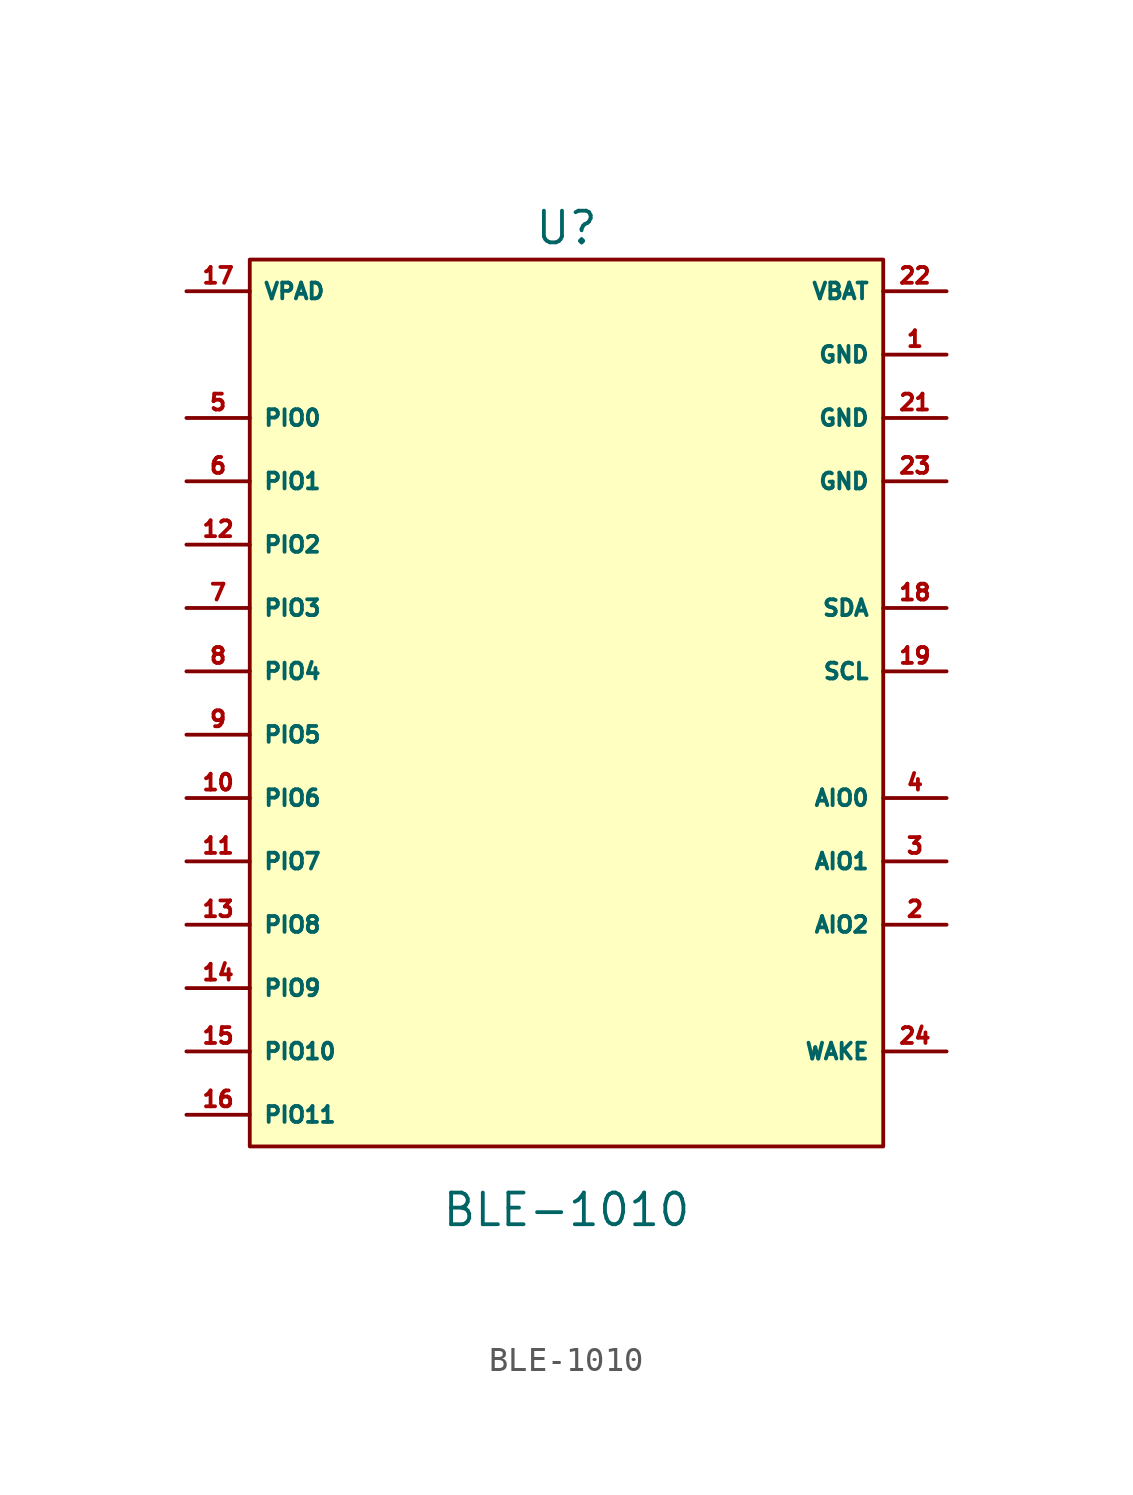
<source format=kicad_sym>
(kicad_symbol_lib
  (version 20211014)
  (generator kicad_symbol_editor)
  (symbol "BLE-1010"
    (property "Reference" "U"
      (at 0 12.7 0)
      (effects (font (size 1.27 1.27))))
    (property "Value" "BLE-1010"
      (at 0 -26.67 0)
      (effects (font (size 1.27 1.27))))
    (symbol "BLE-1010_1_0"
      (rectangle (start -12.7 11.43) (end 12.7 -24.13) (stroke (width 0) (type default) (color 0 0 0 0)) (fill (type background))))
    (symbol "BLE-1010_1_1"
      (pin power_in line (at 15.24 7.62 180) (length 2.54) (name "GND" (effects (font (size 0.635 0.635)))) (number "1" (effects (font (size 0.635 0.635)))))
      (pin bidirectional line (at -15.24 -10.16 0) (length 2.54) (name "PIO6" (effects (font (size 0.635 0.635)))) (number "10" (effects (font (size 0.635 0.635)))))
      (pin bidirectional line (at -15.24 -12.7 0) (length 2.54) (name "PIO7" (effects (font (size 0.635 0.635)))) (number "11" (effects (font (size 0.635 0.635)))))
      (pin bidirectional line (at -15.24 0 0) (length 2.54) (name "PIO2" (effects (font (size 0.635 0.635)))) (number "12" (effects (font (size 0.635 0.635)))) (alternate "Vcc_EEPROM" power_in line))
      (pin bidirectional line (at -15.24 -15.24 0) (length 2.54) (name "PIO8" (effects (font (size 0.635 0.635)))) (number "13" (effects (font (size 0.635 0.635)))))
      (pin bidirectional line (at -15.24 -17.78 0) (length 2.54) (name "PIO9" (effects (font (size 0.635 0.635)))) (number "14" (effects (font (size 0.635 0.635)))))
      (pin bidirectional line (at -15.24 -20.32 0) (length 2.54) (name "PIO10" (effects (font (size 0.635 0.635)))) (number "15" (effects (font (size 0.635 0.635)))))
      (pin bidirectional line (at -15.24 -22.86 0) (length 2.54) (name "PIO11" (effects (font (size 0.635 0.635)))) (number "16" (effects (font (size 0.635 0.635)))))
      (pin power_in line (at -15.24 10.16 0) (length 2.54) (name "VPAD" (effects (font (size 0.635 0.635)))) (number "17" (effects (font (size 0.635 0.635)))))
      (pin bidirectional line (at 15.24 -2.54 180) (length 2.54) (name "SDA" (effects (font (size 0.635 0.635)))) (number "18" (effects (font (size 0.635 0.635)))))
      (pin output line (at 15.24 -5.08 180) (length 2.54) (name "SCL" (effects (font (size 0.635 0.635)))) (number "19" (effects (font (size 0.635 0.635)))))
      (pin bidirectional line (at 15.24 -15.24 180) (length 2.54) (name "AIO2" (effects (font (size 0.635 0.635)))) (number "2" (effects (font (size 0.635 0.635)))))
      (pin no_connect line (at 15.24 -7.62 180) (length 2.54) hide (name "SPION" (effects (font (size 0.635 0.635)))) (number "20" (effects (font (size 0.635 0.635)))))
      (pin power_in line (at 15.24 5.08 180) (length 2.54) (name "GND" (effects (font (size 0.635 0.635)))) (number "21" (effects (font (size 0.635 0.635)))))
      (pin power_in line (at 15.24 10.16 180) (length 2.54) (name "VBAT" (effects (font (size 0.635 0.635)))) (number "22" (effects (font (size 0.635 0.635)))))
      (pin power_in line (at 15.24 2.54 180) (length 2.54) (name "GND" (effects (font (size 0.635 0.635)))) (number "23" (effects (font (size 0.635 0.635)))))
      (pin passive line (at 15.24 -20.32 180) (length 2.54) (name "WAKE" (effects (font (size 0.635 0.635)))) (number "24" (effects (font (size 0.635 0.635)))))
      (pin bidirectional line (at 15.24 -12.7 180) (length 2.54) (name "AIO1" (effects (font (size 0.635 0.635)))) (number "3" (effects (font (size 0.635 0.635)))))
      (pin bidirectional line (at 15.24 -10.16 180) (length 2.54) (name "AIO0" (effects (font (size 0.635 0.635)))) (number "4" (effects (font (size 0.635 0.635)))))
      (pin bidirectional line (at -15.24 5.08 0) (length 2.54) (name "PIO0" (effects (font (size 0.635 0.635)))) (number "5" (effects (font (size 0.635 0.635)))) (alternate "UART_TX" output line))
      (pin bidirectional line (at -15.24 2.54 0) (length 2.54) (name "PIO1" (effects (font (size 0.635 0.635)))) (number "6" (effects (font (size 0.635 0.635)))) (alternate "UART_RX" input line))
      (pin bidirectional line (at -15.24 -2.54 0) (length 2.54) (name "PIO3" (effects (font (size 0.635 0.635)))) (number "7" (effects (font (size 0.635 0.635)))))
      (pin bidirectional line (at -15.24 -5.08 0) (length 2.54) (name "PIO4" (effects (font (size 0.635 0.635)))) (number "8" (effects (font (size 0.635 0.635)))))
      (pin bidirectional line (at -15.24 -7.62 0) (length 2.54) (name "PIO5" (effects (font (size 0.635 0.635)))) (number "9" (effects (font (size 0.635 0.635))))))))
</source>
